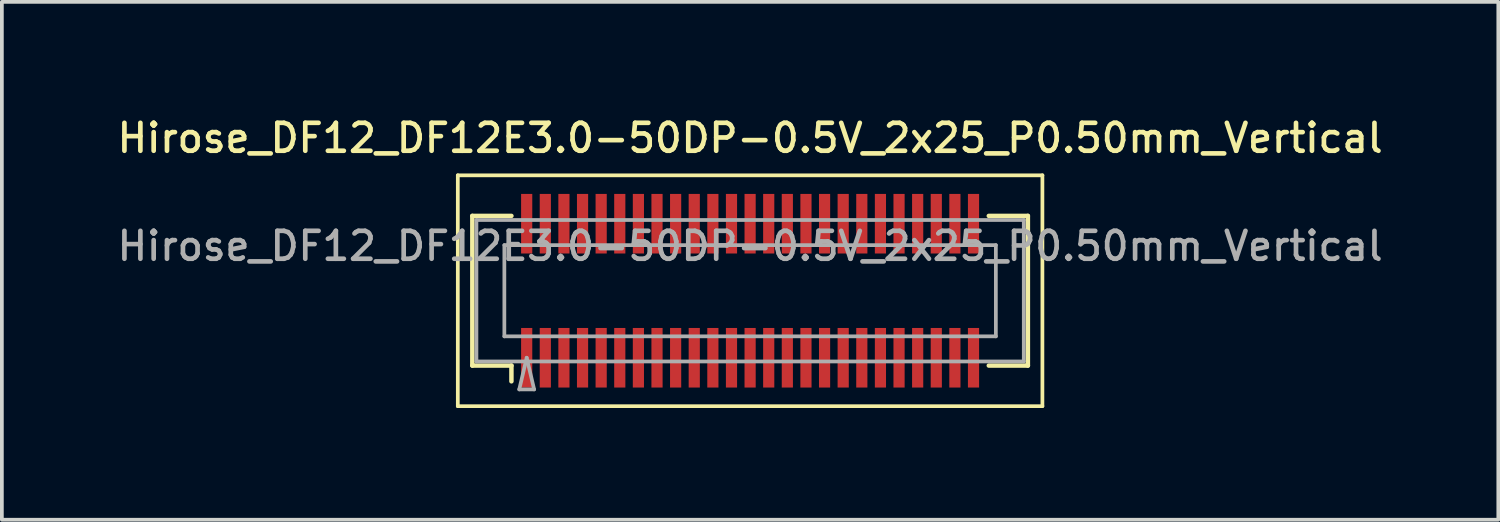
<source format=kicad_pcb>
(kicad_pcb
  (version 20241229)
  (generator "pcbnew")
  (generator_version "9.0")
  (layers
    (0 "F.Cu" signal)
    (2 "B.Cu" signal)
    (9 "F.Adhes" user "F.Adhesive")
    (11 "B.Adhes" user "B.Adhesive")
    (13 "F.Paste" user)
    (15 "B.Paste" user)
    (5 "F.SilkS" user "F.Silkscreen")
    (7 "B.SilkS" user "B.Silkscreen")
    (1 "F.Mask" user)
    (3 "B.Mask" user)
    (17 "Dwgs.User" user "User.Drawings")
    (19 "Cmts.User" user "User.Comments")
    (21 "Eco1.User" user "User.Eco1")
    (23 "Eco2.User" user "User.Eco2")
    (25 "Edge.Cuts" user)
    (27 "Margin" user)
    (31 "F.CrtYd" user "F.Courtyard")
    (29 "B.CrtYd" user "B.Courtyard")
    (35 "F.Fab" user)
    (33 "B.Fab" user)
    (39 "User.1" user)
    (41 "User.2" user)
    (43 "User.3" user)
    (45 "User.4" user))
  (footprint "Hirose_DF12_DF12E3.0-50DP-0.5V_2x25_P0.50mm_Vertical"
    (layer "F.Cu")
    (at 17.095 4.758)
    (property "Reference" "Hirose_DF12_DF12E3.0-50DP-0.5V_2x25_P0.50mm_Vertical" (at 0 -4.1 0) (layer "F.SilkS") (effects (font (size 0.75 0.75) (thickness 0.125))))
    (attr smd)
    (fp_line (start -7.85 -3.1) (end -7.85 3.1) (stroke (width 0.1) (type solid)) (layer "F.SilkS"))
    (fp_line (start -7.85 3.1) (end 7.85 3.1) (stroke (width 0.1) (type solid)) (layer "F.SilkS"))
    (fp_line (start -7.46 -2.01) (end -6.41 -2.01) (stroke (width 0.12) (type solid)) (layer "F.SilkS"))
    (fp_line (start -7.46 2.01) (end -7.46 -2.01) (stroke (width 0.12) (type solid)) (layer "F.SilkS"))
    (fp_line (start -6.41 2.01) (end -7.46 2.01) (stroke (width 0.12) (type solid)) (layer "F.SilkS"))
    (fp_line (start -6.41 2.433) (end -6.41 2.01) (stroke (width 0.12) (type solid)) (layer "F.SilkS"))
    (fp_line (start 6.41 2.01) (end 7.46 2.01) (stroke (width 0.12) (type solid)) (layer "F.SilkS"))
    (fp_line (start 7.46 -2.01) (end 6.41 -2.01) (stroke (width 0.12) (type solid)) (layer "F.SilkS"))
    (fp_line (start 7.46 2.01) (end 7.46 -2.01) (stroke (width 0.12) (type solid)) (layer "F.SilkS"))
    (fp_line (start 7.85 -3.1) (end -7.85 -3.1) (stroke (width 0.1) (type solid)) (layer "F.SilkS"))
    (fp_line (start 7.85 3.1) (end 7.85 -3.1) (stroke (width 0.1) (type solid)) (layer "F.SilkS"))
    (fp_line (start -7.35 -1.9) (end 7.35 -1.9) (stroke (width 0.1) (type solid)) (layer "F.Fab"))
    (fp_line (start -7.35 1.9) (end -7.35 -1.9) (stroke (width 0.1) (type solid)) (layer "F.Fab"))
    (fp_line (start -6.6 -1.225) (end 6.6 -1.225) (stroke (width 0.1) (type solid)) (layer "F.Fab"))
    (fp_line (start -6.6 1.225) (end -6.6 -1.225) (stroke (width 0.1) (type solid)) (layer "F.Fab"))
    (fp_line (start -6.2 2.65) (end -6 1.8) (stroke (width 0.1) (type solid)) (layer "F.Fab"))
    (fp_line (start -6 1.8) (end -5.8 2.65) (stroke (width 0.1) (type solid)) (layer "F.Fab"))
    (fp_line (start -5.8 2.65) (end -6.2 2.65) (stroke (width 0.1) (type solid)) (layer "F.Fab"))
    (fp_line (start 6.6 -1.225) (end 6.6 1.225) (stroke (width 0.1) (type solid)) (layer "F.Fab"))
    (fp_line (start 6.6 1.225) (end -6.6 1.225) (stroke (width 0.1) (type solid)) (layer "F.Fab"))
    (fp_line (start 7.35 -1.9) (end 7.35 1.9) (stroke (width 0.1) (type solid)) (layer "F.Fab"))
    (fp_line (start 7.35 1.9) (end -7.35 1.9) (stroke (width 0.1) (type solid)) (layer "F.Fab"))
    (fp_text user "${REFERENCE}" (at 0 -1.2 0) (layer "F.Fab") (effects (font (size 0.75 0.75) (thickness 0.125))))
    (pad "" smd rect (at -6 -2) (size 0.28 1.2) (layers "F.Paste"))
    (pad "" smd rect (at -6 2) (size 0.28 1.2) (layers "F.Paste"))
    (pad "" smd rect (at -5.5 -2) (size 0.28 1.2) (layers "F.Paste"))
    (pad "" smd rect (at -5.5 2) (size 0.28 1.2) (layers "F.Paste"))
    (pad "" smd rect (at -5 -2) (size 0.28 1.2) (layers "F.Paste"))
    (pad "" smd rect (at -5 2) (size 0.28 1.2) (layers "F.Paste"))
    (pad "" smd rect (at -4.5 -2) (size 0.28 1.2) (layers "F.Paste"))
    (pad "" smd rect (at -4.5 2) (size 0.28 1.2) (layers "F.Paste"))
    (pad "" smd rect (at -4 -2) (size 0.28 1.2) (layers "F.Paste"))
    (pad "" smd rect (at -4 2) (size 0.28 1.2) (layers "F.Paste"))
    (pad "" smd rect (at -3.5 -2) (size 0.28 1.2) (layers "F.Paste"))
    (pad "" smd rect (at -3.5 2) (size 0.28 1.2) (layers "F.Paste"))
    (pad "" smd rect (at -3 -2) (size 0.28 1.2) (layers "F.Paste"))
    (pad "" smd rect (at -3 2) (size 0.28 1.2) (layers "F.Paste"))
    (pad "" smd rect (at -2.5 -2) (size 0.28 1.2) (layers "F.Paste"))
    (pad "" smd rect (at -2.5 2) (size 0.28 1.2) (layers "F.Paste"))
    (pad "" smd rect (at -2 -2) (size 0.28 1.2) (layers "F.Paste"))
    (pad "" smd rect (at -2 2) (size 0.28 1.2) (layers "F.Paste"))
    (pad "" smd rect (at -1.5 -2) (size 0.28 1.2) (layers "F.Paste"))
    (pad "" smd rect (at -1.5 2) (size 0.28 1.2) (layers "F.Paste"))
    (pad "" smd rect (at -1 -2) (size 0.28 1.2) (layers "F.Paste"))
    (pad "" smd rect (at -1 2) (size 0.28 1.2) (layers "F.Paste"))
    (pad "" smd rect (at -0.5 -2) (size 0.28 1.2) (layers "F.Paste"))
    (pad "" smd rect (at -0.5 2) (size 0.28 1.2) (layers "F.Paste"))
    (pad "" smd rect (at 0 -2) (size 0.28 1.2) (layers "F.Paste"))
    (pad "" smd rect (at 0 2) (size 0.28 1.2) (layers "F.Paste"))
    (pad "" smd rect (at 0.5 -2) (size 0.28 1.2) (layers "F.Paste"))
    (pad "" smd rect (at 0.5 2) (size 0.28 1.2) (layers "F.Paste"))
    (pad "" smd rect (at 1 -2) (size 0.28 1.2) (layers "F.Paste"))
    (pad "" smd rect (at 1 2) (size 0.28 1.2) (layers "F.Paste"))
    (pad "" smd rect (at 1.5 -2) (size 0.28 1.2) (layers "F.Paste"))
    (pad "" smd rect (at 1.5 2) (size 0.28 1.2) (layers "F.Paste"))
    (pad "" smd rect (at 2 -2) (size 0.28 1.2) (layers "F.Paste"))
    (pad "" smd rect (at 2 2) (size 0.28 1.2) (layers "F.Paste"))
    (pad "" smd rect (at 2.5 -2) (size 0.28 1.2) (layers "F.Paste"))
    (pad "" smd rect (at 2.5 2) (size 0.28 1.2) (layers "F.Paste"))
    (pad "" smd rect (at 3 -2) (size 0.28 1.2) (layers "F.Paste"))
    (pad "" smd rect (at 3 2) (size 0.28 1.2) (layers "F.Paste"))
    (pad "" smd rect (at 3.5 -2) (size 0.28 1.2) (layers "F.Paste"))
    (pad "" smd rect (at 3.5 2) (size 0.28 1.2) (layers "F.Paste"))
    (pad "" smd rect (at 4 -2) (size 0.28 1.2) (layers "F.Paste"))
    (pad "" smd rect (at 4 2) (size 0.28 1.2) (layers "F.Paste"))
    (pad "" smd rect (at 4.5 -2) (size 0.28 1.2) (layers "F.Paste"))
    (pad "" smd rect (at 4.5 2) (size 0.28 1.2) (layers "F.Paste"))
    (pad "" smd rect (at 5 -2) (size 0.28 1.2) (layers "F.Paste"))
    (pad "" smd rect (at 5 2) (size 0.28 1.2) (layers "F.Paste"))
    (pad "" smd rect (at 5.5 -2) (size 0.28 1.2) (layers "F.Paste"))
    (pad "" smd rect (at 5.5 2) (size 0.28 1.2) (layers "F.Paste"))
    (pad "" smd rect (at 6 -2) (size 0.28 1.2) (layers "F.Paste"))
    (pad "" smd rect (at 6 2) (size 0.28 1.2) (layers "F.Paste"))
    (pad "1" smd rect (at -6 1.8) (size 0.3 1.6) (layers "F.Cu" "F.Mask"))
    (pad "2" smd rect (at -5.5 1.8) (size 0.3 1.6) (layers "F.Cu" "F.Mask"))
    (pad "3" smd rect (at -5 1.8) (size 0.3 1.6) (layers "F.Cu" "F.Mask"))
    (pad "4" smd rect (at -4.5 1.8) (size 0.3 1.6) (layers "F.Cu" "F.Mask"))
    (pad "5" smd rect (at -4 1.8) (size 0.3 1.6) (layers "F.Cu" "F.Mask"))
    (pad "6" smd rect (at -3.5 1.8) (size 0.3 1.6) (layers "F.Cu" "F.Mask"))
    (pad "7" smd rect (at -3 1.8) (size 0.3 1.6) (layers "F.Cu" "F.Mask"))
    (pad "8" smd rect (at -2.5 1.8) (size 0.3 1.6) (layers "F.Cu" "F.Mask"))
    (pad "9" smd rect (at -2 1.8) (size 0.3 1.6) (layers "F.Cu" "F.Mask"))
    (pad "10" smd rect (at -1.5 1.8) (size 0.3 1.6) (layers "F.Cu" "F.Mask"))
    (pad "11" smd rect (at -1 1.8) (size 0.3 1.6) (layers "F.Cu" "F.Mask"))
    (pad "12" smd rect (at -0.5 1.8) (size 0.3 1.6) (layers "F.Cu" "F.Mask"))
    (pad "13" smd rect (at 0 1.8) (size 0.3 1.6) (layers "F.Cu" "F.Mask"))
    (pad "14" smd rect (at 0.5 1.8) (size 0.3 1.6) (layers "F.Cu" "F.Mask"))
    (pad "15" smd rect (at 1 1.8) (size 0.3 1.6) (layers "F.Cu" "F.Mask"))
    (pad "16" smd rect (at 1.5 1.8) (size 0.3 1.6) (layers "F.Cu" "F.Mask"))
    (pad "17" smd rect (at 2 1.8) (size 0.3 1.6) (layers "F.Cu" "F.Mask"))
    (pad "18" smd rect (at 2.5 1.8) (size 0.3 1.6) (layers "F.Cu" "F.Mask"))
    (pad "19" smd rect (at 3 1.8) (size 0.3 1.6) (layers "F.Cu" "F.Mask"))
    (pad "20" smd rect (at 3.5 1.8) (size 0.3 1.6) (layers "F.Cu" "F.Mask"))
    (pad "21" smd rect (at 4 1.8) (size 0.3 1.6) (layers "F.Cu" "F.Mask"))
    (pad "22" smd rect (at 4.5 1.8) (size 0.3 1.6) (layers "F.Cu" "F.Mask"))
    (pad "23" smd rect (at 5 1.8) (size 0.3 1.6) (layers "F.Cu" "F.Mask"))
    (pad "24" smd rect (at 5.5 1.8) (size 0.3 1.6) (layers "F.Cu" "F.Mask"))
    (pad "25" smd rect (at 6 1.8) (size 0.3 1.6) (layers "F.Cu" "F.Mask"))
    (pad "26" smd rect (at -6 -1.8) (size 0.3 1.6) (layers "F.Cu" "F.Mask"))
    (pad "27" smd rect (at -5.5 -1.8) (size 0.3 1.6) (layers "F.Cu" "F.Mask"))
    (pad "28" smd rect (at -5 -1.8) (size 0.3 1.6) (layers "F.Cu" "F.Mask"))
    (pad "29" smd rect (at -4.5 -1.8) (size 0.3 1.6) (layers "F.Cu" "F.Mask"))
    (pad "30" smd rect (at -4 -1.8) (size 0.3 1.6) (layers "F.Cu" "F.Mask"))
    (pad "31" smd rect (at -3.5 -1.8) (size 0.3 1.6) (layers "F.Cu" "F.Mask"))
    (pad "32" smd rect (at -3 -1.8) (size 0.3 1.6) (layers "F.Cu" "F.Mask"))
    (pad "33" smd rect (at -2.5 -1.8) (size 0.3 1.6) (layers "F.Cu" "F.Mask"))
    (pad "34" smd rect (at -2 -1.8) (size 0.3 1.6) (layers "F.Cu" "F.Mask"))
    (pad "35" smd rect (at -1.5 -1.8) (size 0.3 1.6) (layers "F.Cu" "F.Mask"))
    (pad "36" smd rect (at -1 -1.8) (size 0.3 1.6) (layers "F.Cu" "F.Mask"))
    (pad "37" smd rect (at -0.5 -1.8) (size 0.3 1.6) (layers "F.Cu" "F.Mask"))
    (pad "38" smd rect (at 0 -1.8) (size 0.3 1.6) (layers "F.Cu" "F.Mask"))
    (pad "39" smd rect (at 0.5 -1.8) (size 0.3 1.6) (layers "F.Cu" "F.Mask"))
    (pad "40" smd rect (at 1 -1.8) (size 0.3 1.6) (layers "F.Cu" "F.Mask"))
    (pad "41" smd rect (at 1.5 -1.8) (size 0.3 1.6) (layers "F.Cu" "F.Mask"))
    (pad "42" smd rect (at 2 -1.8) (size 0.3 1.6) (layers "F.Cu" "F.Mask"))
    (pad "43" smd rect (at 2.5 -1.8) (size 0.3 1.6) (layers "F.Cu" "F.Mask"))
    (pad "44" smd rect (at 3 -1.8) (size 0.3 1.6) (layers "F.Cu" "F.Mask"))
    (pad "45" smd rect (at 3.5 -1.8) (size 0.3 1.6) (layers "F.Cu" "F.Mask"))
    (pad "46" smd rect (at 4 -1.8) (size 0.3 1.6) (layers "F.Cu" "F.Mask"))
    (pad "47" smd rect (at 4.5 -1.8) (size 0.3 1.6) (layers "F.Cu" "F.Mask"))
    (pad "48" smd rect (at 5 -1.8) (size 0.3 1.6) (layers "F.Cu" "F.Mask"))
    (pad "49" smd rect (at 5.5 -1.8) (size 0.3 1.6) (layers "F.Cu" "F.Mask"))
    (pad "50" smd rect (at 6 -1.8) (size 0.3 1.6) (layers "F.Cu" "F.Mask")))
  (gr_rect
    (start -3 -3)
    (end 37.189 10.908)
    (stroke (width 0.1) (type default))
    (fill no)
    (layer "Edge.Cuts")))
</source>
